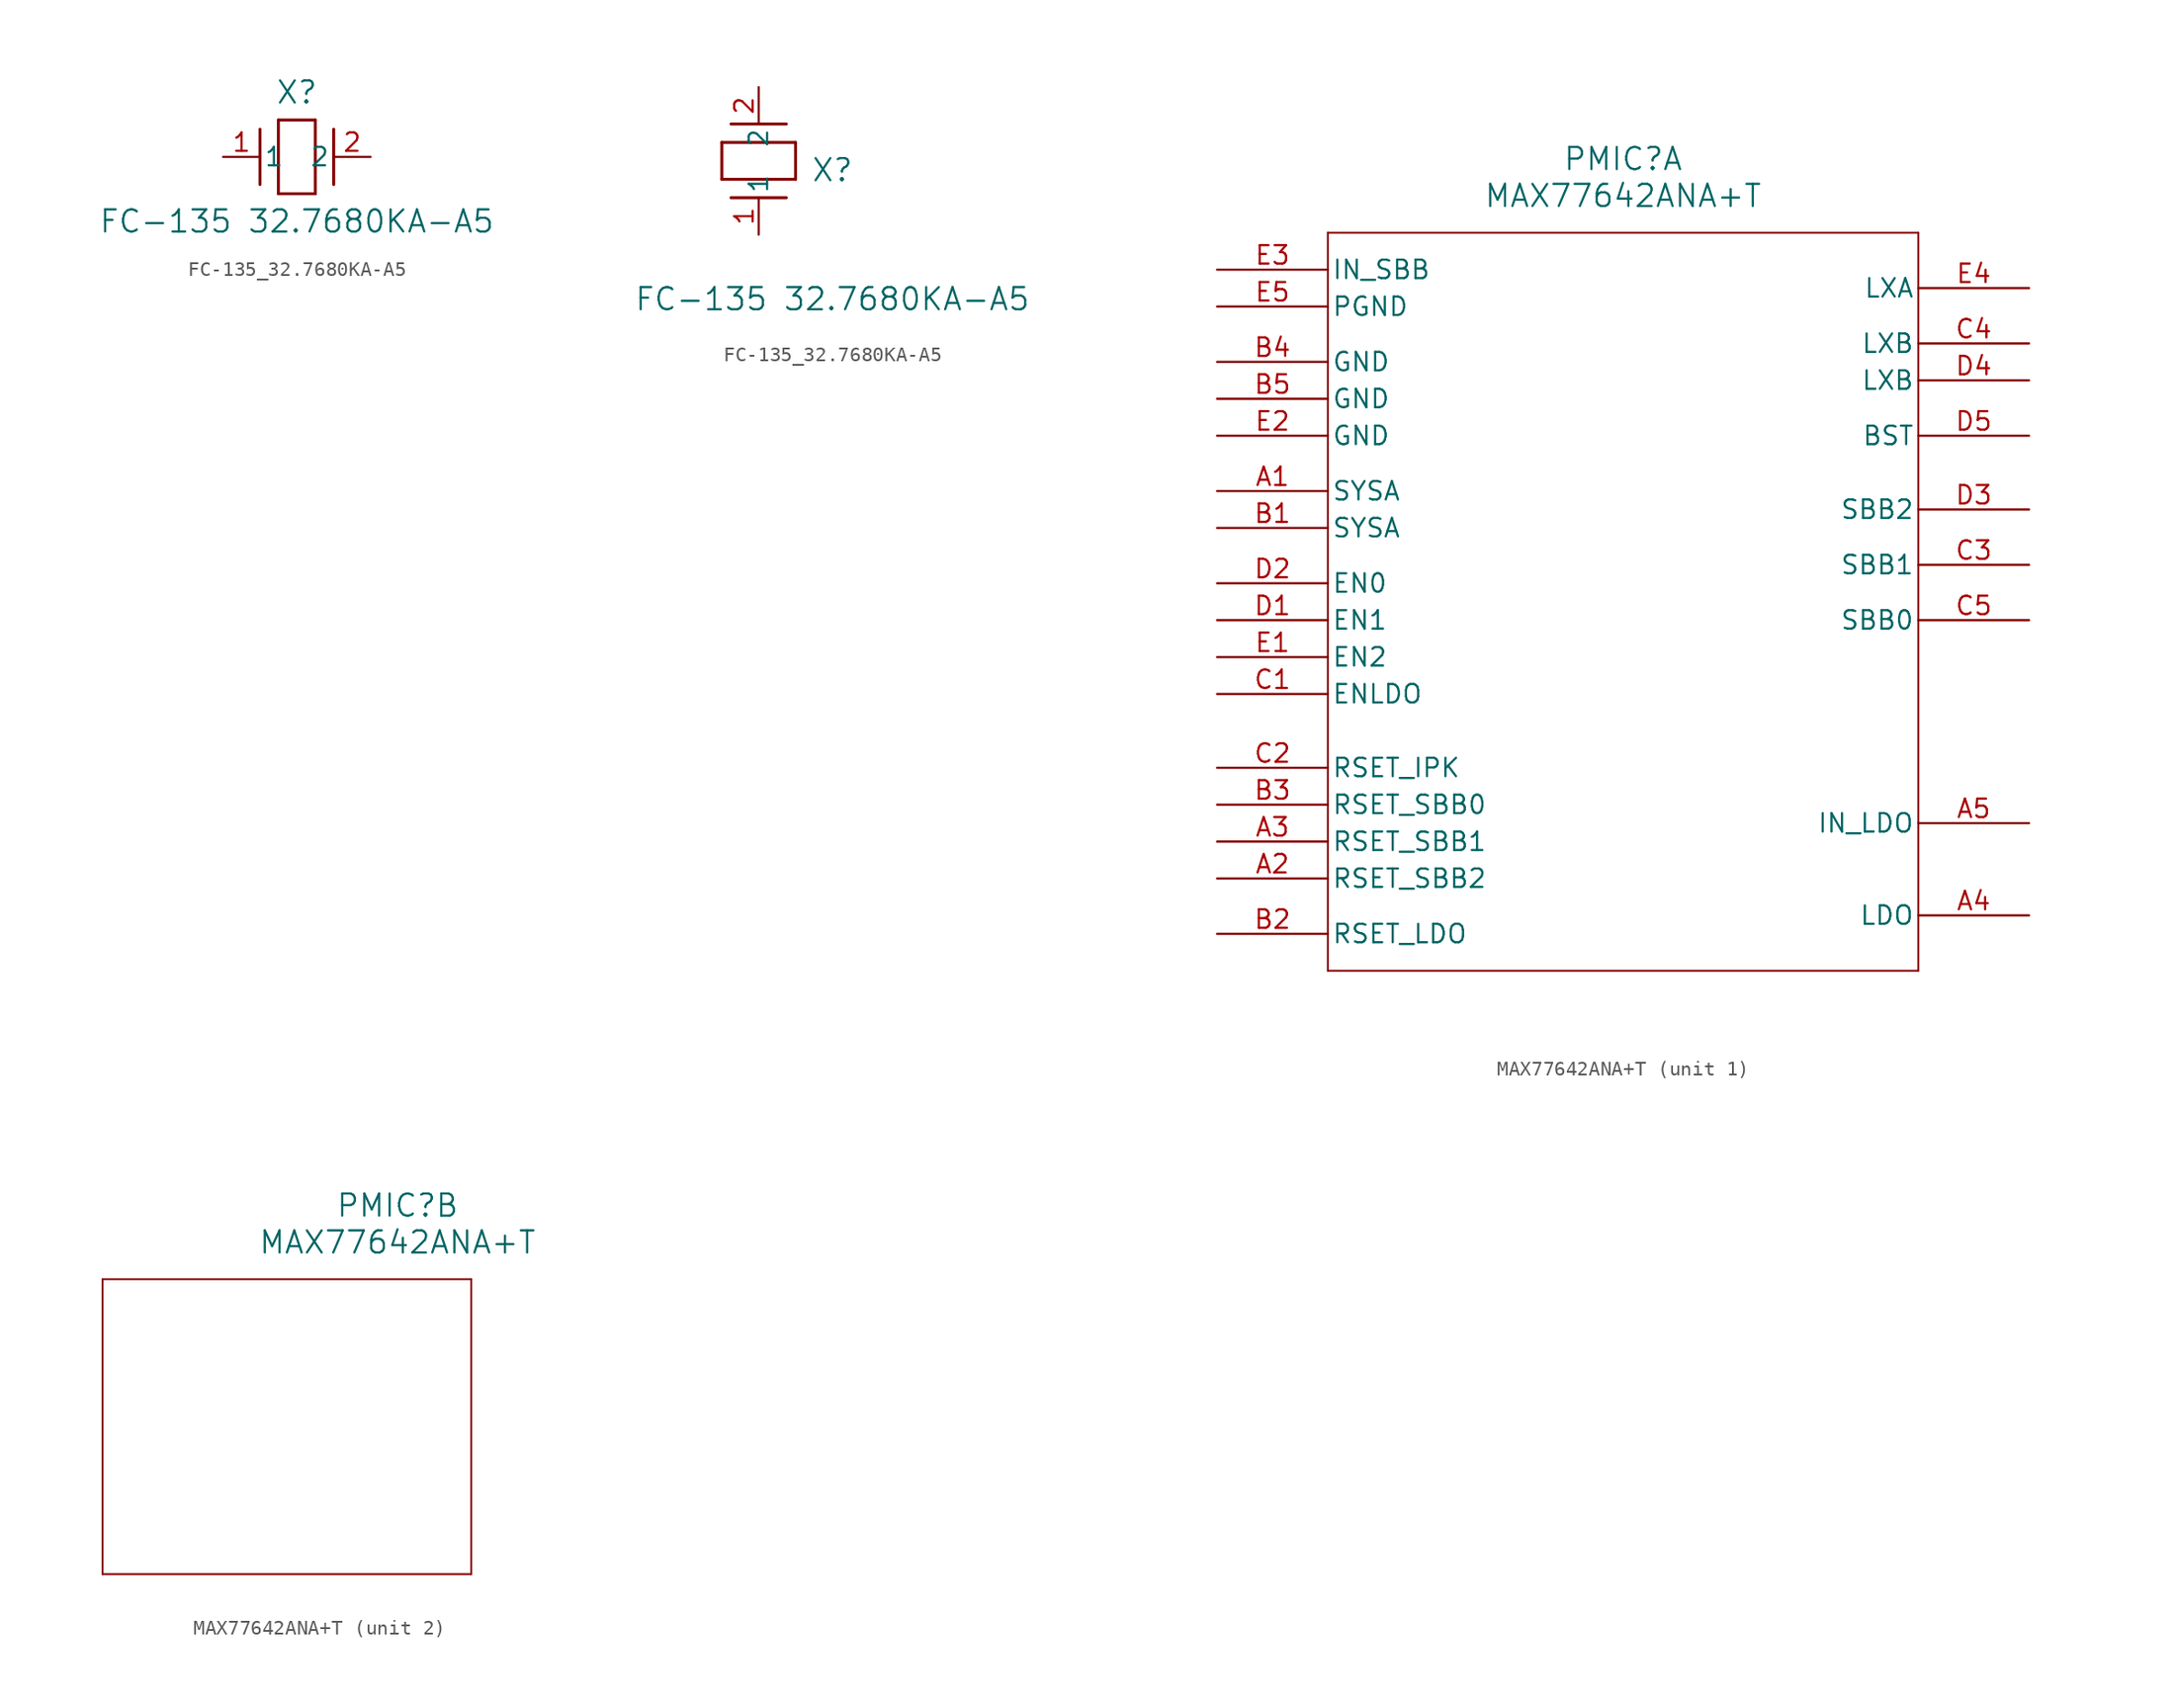
<source format=kicad_sym>
(kicad_symbol_lib
  (version 20241209)
  (generator "kicad_symbol_editor")
  (generator_version "9.0")
  (symbol "FC-135_32.7680KA-A5"
    (pin_names
      (offset 0.254))
    (property "Reference" "X"
      (at 5.08 4.445 0)
      (effects (font (size 1.524 1.524))))
    (property "Value" "FC-135 32.7680KA-A5"
      (at 5.08 -4.445 0)
      (effects (font (size 1.524 1.524))))
    (property "ki_locked" ""
      (at 0 0 0)
      (effects (font (size 1.27 1.27))))
    (symbol "FC-135_32.7680KA-A5_1_1"
      (polyline (pts (xy 2.54 -1.905) (xy 2.54 1.905)) (stroke (width 0.203) (type default)) (fill (type none)))
      (polyline (pts (xy 3.81 2.54) (xy 6.35 2.54)) (stroke (width 0.203) (type default)) (fill (type none)))
      (polyline (pts (xy 3.81 -2.54) (xy 3.81 2.54)) (stroke (width 0.203) (type default)) (fill (type none)))
      (polyline (pts (xy 6.35 2.54) (xy 6.35 -2.54)) (stroke (width 0.203) (type default)) (fill (type none)))
      (polyline (pts (xy 6.35 -2.54) (xy 3.81 -2.54)) (stroke (width 0.203) (type default)) (fill (type none)))
      (polyline (pts (xy 7.62 -1.905) (xy 7.62 1.905)) (stroke (width 0.203) (type default)) (fill (type none)))
      (pin unspecified line (at 0 0 0) (length 2.54) (name "1" (effects (font (size 1.27 1.27)))) (number "1" (effects (font (size 1.27 1.27)))))
      (pin unspecified line (at 10.16 0 180) (length 2.54) (name "2" (effects (font (size 1.27 1.27)))) (number "2" (effects (font (size 1.27 1.27))))))
    (symbol "FC-135_32.7680KA-A5_1_2"
      (polyline (pts (xy -2.54 6.35) (xy 2.54 6.35)) (stroke (width 0.203) (type default)) (fill (type none)))
      (polyline (pts (xy -2.54 3.81) (xy -2.54 6.35)) (stroke (width 0.203) (type default)) (fill (type none)))
      (polyline (pts (xy 1.905 7.62) (xy -1.905 7.62)) (stroke (width 0.203) (type default)) (fill (type none)))
      (polyline (pts (xy 1.905 2.54) (xy -1.905 2.54)) (stroke (width 0.203) (type default)) (fill (type none)))
      (polyline (pts (xy 2.54 6.35) (xy 2.54 3.81)) (stroke (width 0.203) (type default)) (fill (type none)))
      (polyline (pts (xy 2.54 3.81) (xy -2.54 3.81)) (stroke (width 0.203) (type default)) (fill (type none)))
      (pin unspecified line (at 0 10.16 270) (length 2.54) (name "2" (effects (font (size 1.27 1.27)))) (number "2" (effects (font (size 1.27 1.27)))))
      (pin unspecified line (at 0 0 90) (length 2.54) (name "1" (effects (font (size 1.27 1.27)))) (number "1" (effects (font (size 1.27 1.27)))))))
  (symbol "MAX77642ANA+T"
    (pin_names
      (offset 0.254))
    (property "Reference" "PMIC"
      (at 27.94 10.16 0)
      (effects (font (size 1.524 1.524))))
    (property "Value" "MAX77642ANA+T"
      (at 27.94 7.62 0)
      (effects (font (size 1.524 1.524))))
    (property "ki_locked" ""
      (at 0 0 0)
      (effects (font (size 1.27 1.27))))
    (symbol "MAX77642ANA+T_1_1"
      (polyline (pts (xy 7.62 5.08) (xy 7.62 -45.72)) (stroke (width 0.127) (type default)) (fill (type none)))
      (polyline (pts (xy 7.62 -45.72) (xy 48.26 -45.72)) (stroke (width 0.127) (type default)) (fill (type none)))
      (polyline (pts (xy 48.26 5.08) (xy 7.62 5.08)) (stroke (width 0.127) (type default)) (fill (type none)))
      (polyline (pts (xy 48.26 -45.72) (xy 48.26 5.08)) (stroke (width 0.127) (type default)) (fill (type none)))
      (pin input line (at 0 2.54 0) (length 7.62) (name "IN_SBB" (effects (font (size 1.27 1.27)))) (number "E3" (effects (font (size 1.27 1.27)))))
      (pin power_in line (at 0 0 0) (length 7.62) (name "PGND" (effects (font (size 1.27 1.27)))) (number "E5" (effects (font (size 1.27 1.27)))))
      (pin power_in line (at 0 -3.81 0) (length 7.62) (name "GND" (effects (font (size 1.27 1.27)))) (number "B4" (effects (font (size 1.27 1.27)))))
      (pin power_in line (at 0 -6.35 0) (length 7.62) (name "GND" (effects (font (size 1.27 1.27)))) (number "B5" (effects (font (size 1.27 1.27)))))
      (pin power_in line (at 0 -8.89 0) (length 7.62) (name "GND" (effects (font (size 1.27 1.27)))) (number "E2" (effects (font (size 1.27 1.27)))))
      (pin input line (at 0 -12.7 0) (length 7.62) (name "SYSA" (effects (font (size 1.27 1.27)))) (number "A1" (effects (font (size 1.27 1.27)))))
      (pin input line (at 0 -15.24 0) (length 7.62) (name "SYSA" (effects (font (size 1.27 1.27)))) (number "B1" (effects (font (size 1.27 1.27)))))
      (pin input line (at 0 -19.05 0) (length 7.62) (name "EN0" (effects (font (size 1.27 1.27)))) (number "D2" (effects (font (size 1.27 1.27)))))
      (pin input line (at 0 -21.59 0) (length 7.62) (name "EN1" (effects (font (size 1.27 1.27)))) (number "D1" (effects (font (size 1.27 1.27)))))
      (pin input line (at 0 -24.13 0) (length 7.62) (name "EN2" (effects (font (size 1.27 1.27)))) (number "E1" (effects (font (size 1.27 1.27)))))
      (pin input line (at 0 -26.67 0) (length 7.62) (name "ENLDO" (effects (font (size 1.27 1.27)))) (number "C1" (effects (font (size 1.27 1.27)))))
      (pin input line (at 0 -31.75 0) (length 7.62) (name "RSET_IPK" (effects (font (size 1.27 1.27)))) (number "C2" (effects (font (size 1.27 1.27)))))
      (pin input line (at 0 -34.29 0) (length 7.62) (name "RSET_SBB0" (effects (font (size 1.27 1.27)))) (number "B3" (effects (font (size 1.27 1.27)))))
      (pin input line (at 0 -36.83 0) (length 7.62) (name "RSET_SBB1" (effects (font (size 1.27 1.27)))) (number "A3" (effects (font (size 1.27 1.27)))))
      (pin input line (at 0 -39.37 0) (length 7.62) (name "RSET_SBB2" (effects (font (size 1.27 1.27)))) (number "A2" (effects (font (size 1.27 1.27)))))
      (pin input line (at 0 -43.18 0) (length 7.62) (name "RSET_LDO" (effects (font (size 1.27 1.27)))) (number "B2" (effects (font (size 1.27 1.27)))))
      (pin bidirectional line (at 55.88 1.27 180) (length 7.62) (name "LXA" (effects (font (size 1.27 1.27)))) (number "E4" (effects (font (size 1.27 1.27)))))
      (pin input line (at 55.88 -2.54 180) (length 7.62) (name "LXB" (effects (font (size 1.27 1.27)))) (number "C4" (effects (font (size 1.27 1.27)))))
      (pin input line (at 55.88 -5.08 180) (length 7.62) (name "LXB" (effects (font (size 1.27 1.27)))) (number "D4" (effects (font (size 1.27 1.27)))))
      (pin input line (at 55.88 -8.89 180) (length 7.62) (name "BST" (effects (font (size 1.27 1.27)))) (number "D5" (effects (font (size 1.27 1.27)))))
      (pin output line (at 55.88 -13.97 180) (length 7.62) (name "SBB2" (effects (font (size 1.27 1.27)))) (number "D3" (effects (font (size 1.27 1.27)))))
      (pin output line (at 55.88 -17.78 180) (length 7.62) (name "SBB1" (effects (font (size 1.27 1.27)))) (number "C3" (effects (font (size 1.27 1.27)))))
      (pin output line (at 55.88 -21.59 180) (length 7.62) (name "SBB0" (effects (font (size 1.27 1.27)))) (number "C5" (effects (font (size 1.27 1.27)))))
      (pin input line (at 55.88 -35.56 180) (length 7.62) (name "IN_LDO" (effects (font (size 1.27 1.27)))) (number "A5" (effects (font (size 1.27 1.27)))))
      (pin output line (at 55.88 -41.91 180) (length 7.62) (name "LDO" (effects (font (size 1.27 1.27)))) (number "A4" (effects (font (size 1.27 1.27))))))
    (symbol "MAX77642ANA+T_2_1"
      (polyline (pts (xy 7.62 5.08) (xy 7.62 -15.24)) (stroke (width 0.127) (type default)) (fill (type none)))
      (polyline (pts (xy 7.62 -15.24) (xy 33.02 -15.24)) (stroke (width 0.127) (type default)) (fill (type none)))
      (polyline (pts (xy 33.02 5.08) (xy 7.62 5.08)) (stroke (width 0.127) (type default)) (fill (type none)))
      (polyline (pts (xy 33.02 -15.24) (xy 33.02 5.08)) (stroke (width 0.127) (type default)) (fill (type none))))))
</source>
